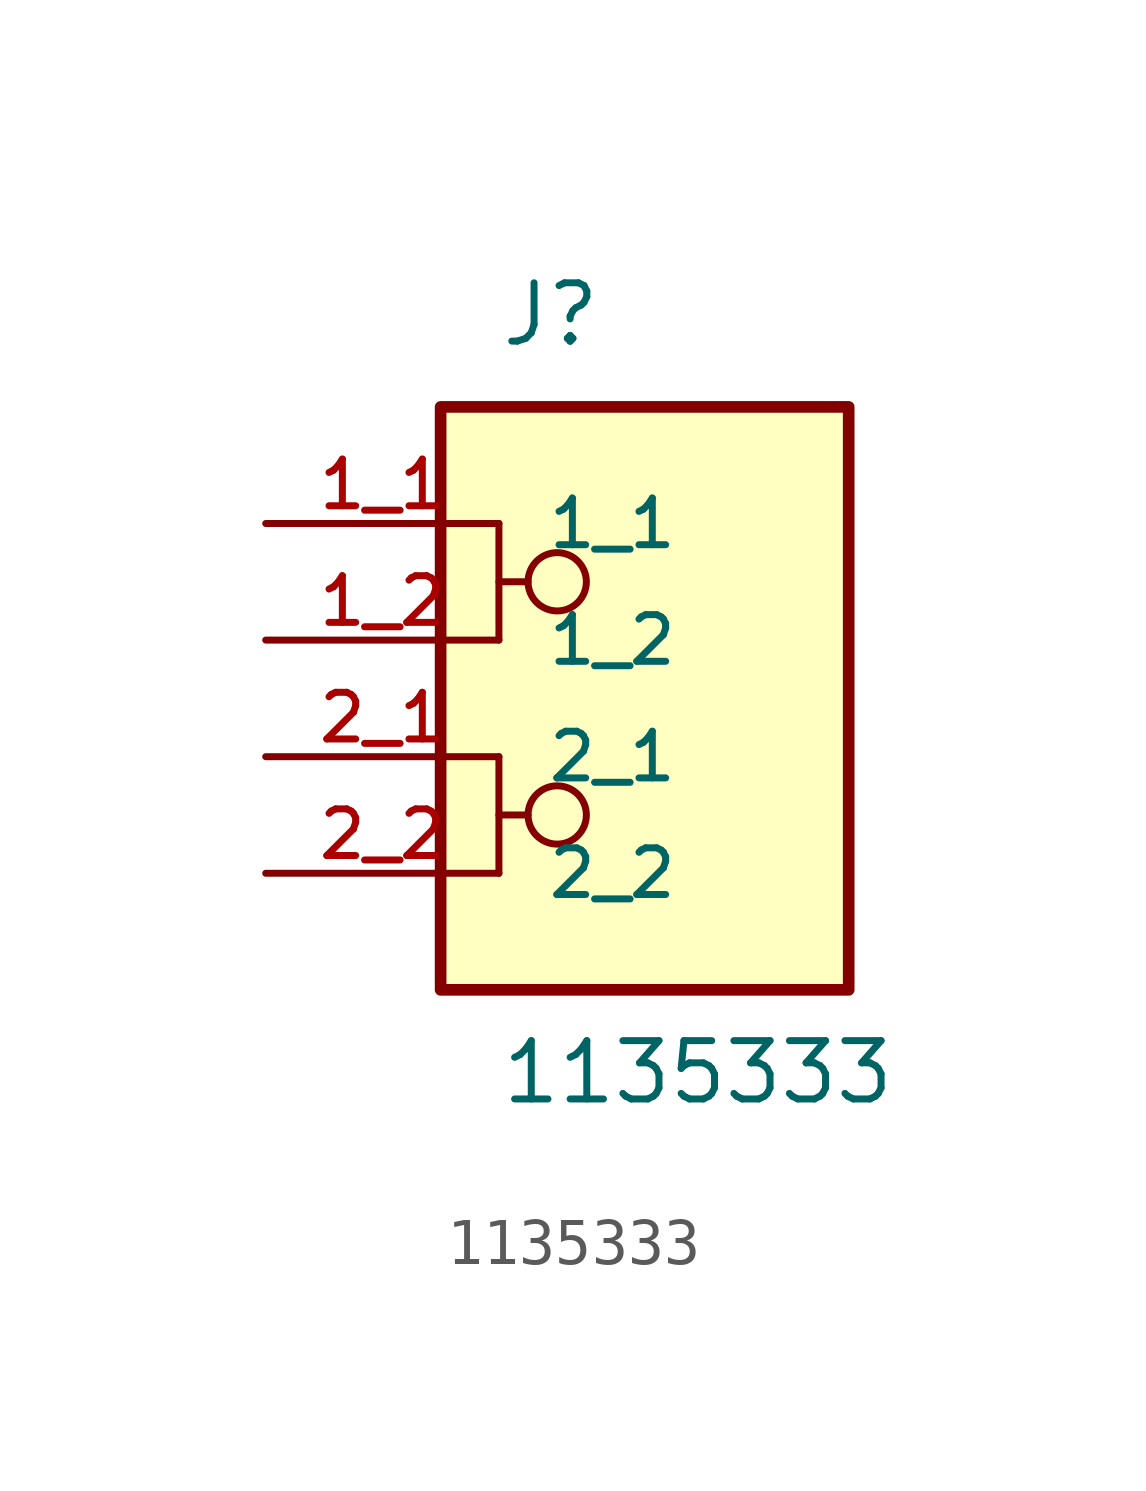
<source format=kicad_sym>
(kicad_symbol_lib
  (version 20211014)
  (generator kicad_symbol_editor)
  (symbol "1135333"
    (pin_names
      (offset 1.016))
    (property "Reference" "J"
      (at -2.54 6.35 0)
      (effects (font (size 1.27 1.27)) (justify bottom left)))
    (property "Value" "1135333"
      (at -2.54 -10.16 0)
      (effects (font (size 1.27 1.27)) (justify bottom left)))
    (symbol "1135333_0_0"
      (polyline (pts (xy -2.54 2.54) (xy -2.54 0.0)) (stroke (width 0.152)))
      (polyline (pts (xy -2.54 1.27) (xy -1.905 1.27)) (stroke (width 0.152)))
      (circle (center -1.27 1.27) (radius 0.635) (stroke (width 0.152)) (fill (type none)))
      (polyline (pts (xy -2.54 -2.54) (xy -2.54 -5.08)) (stroke (width 0.152)))
      (polyline (pts (xy -2.54 -3.81) (xy -1.905 -3.81)) (stroke (width 0.152)))
      (circle (center -1.27 -3.81) (radius 0.635) (stroke (width 0.152)) (fill (type none)))
      (rectangle (start -3.81 -7.62) (end 5.08 5.08) (stroke (width 0.254)) (fill (type background)))
      (pin passive line (at -7.62 2.54 0) (length 5.08) (name "1_1" (effects (font (size 1.016 1.016)))) (number "1_1" (effects (font (size 1.016 1.016)))))
      (pin passive line (at -7.62 0.0 0) (length 5.08) (name "1_2" (effects (font (size 1.016 1.016)))) (number "1_2" (effects (font (size 1.016 1.016)))))
      (pin passive line (at -7.62 -2.54 0) (length 5.08) (name "2_1" (effects (font (size 1.016 1.016)))) (number "2_1" (effects (font (size 1.016 1.016)))))
      (pin passive line (at -7.62 -5.08 0) (length 5.08) (name "2_2" (effects (font (size 1.016 1.016)))) (number "2_2" (effects (font (size 1.016 1.016))))))))
</source>
